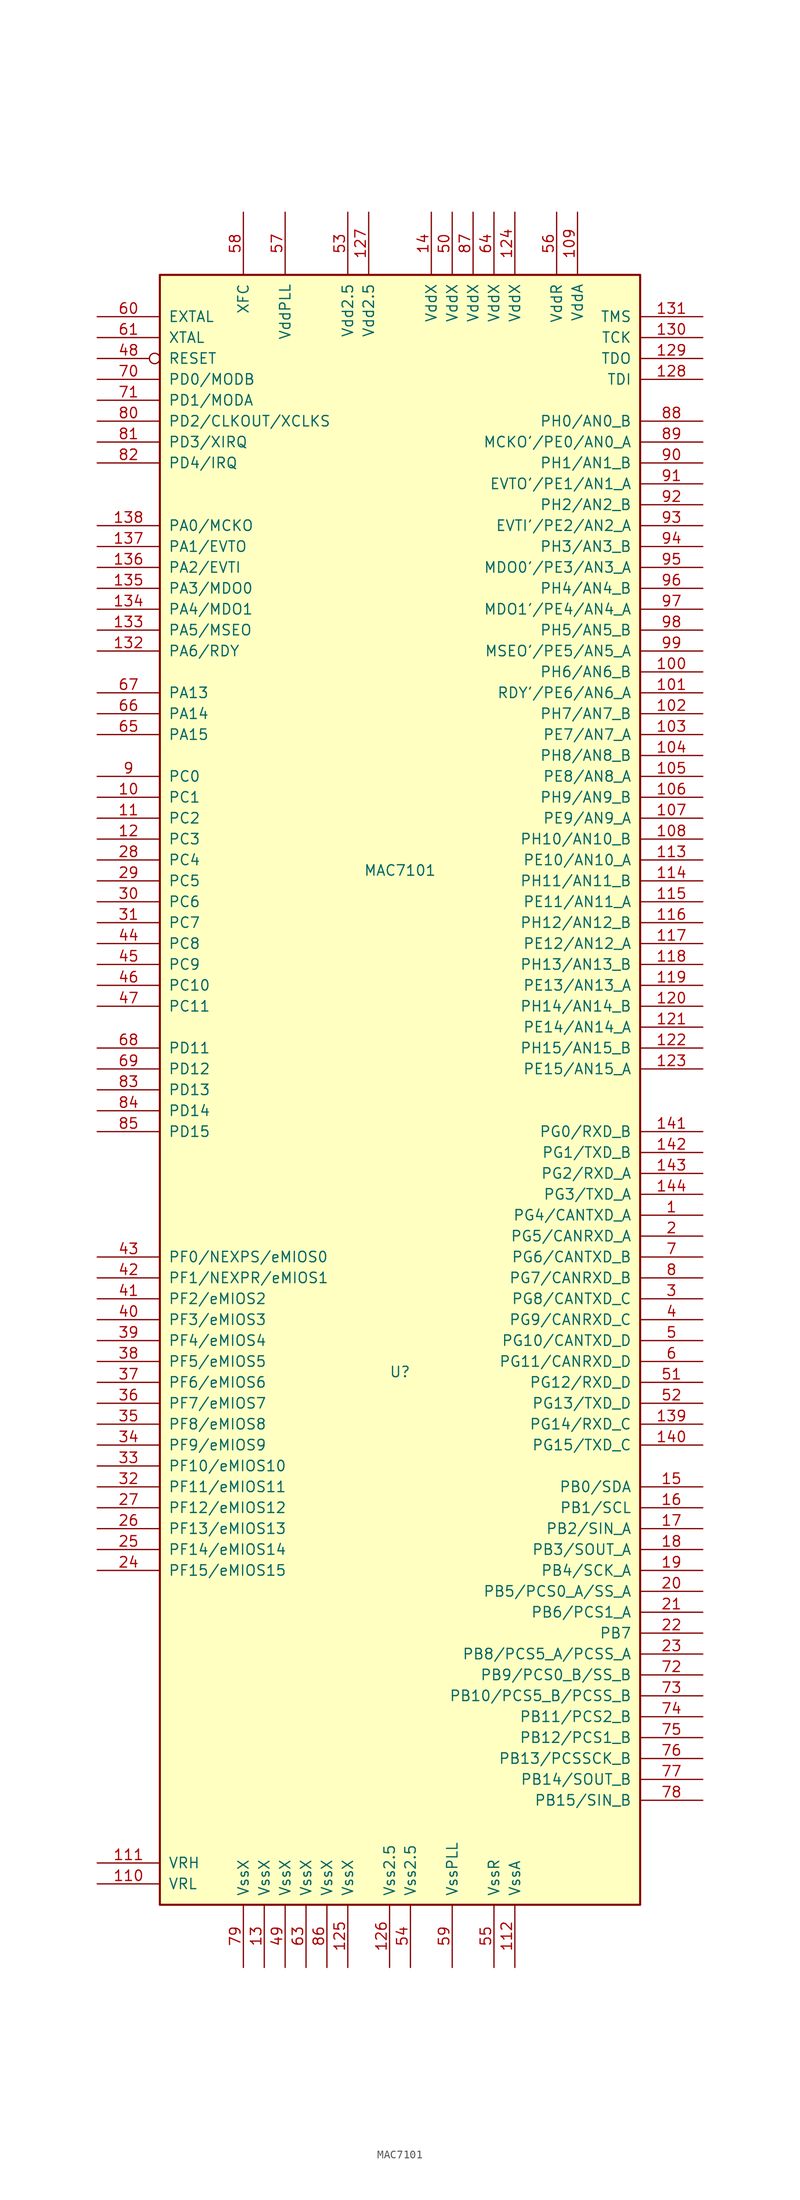
<source format=kicad_sym>
(kicad_symbol_lib
  (version 20241209)
  (generator "kicad_symbol_editor")
  (generator_version "9.0")
  (symbol "MAC7101"
    (pin_names
      (offset 1.016))
    (property "Reference" "U"
      (at 1.27 -44.45 0)
      (effects (font (size 1.27 1.27))))
    (property "Value" "MAC7101"
      (at 1.27 16.51 0)
      (effects (font (size 1.27 1.27))))
    (symbol "MAC7101_0_1"
      (rectangle (start 30.48 -109.22) (end -27.94 88.9) (stroke (width 0.254) (type default)) (fill (type background))))
    (symbol "MAC7101_1_1"
      (pin input line (at -35.56 83.82 0) (length 7.62) (name "EXTAL" (effects (font (size 1.27 1.27)))) (number "60" (effects (font (size 1.27 1.27)))))
      (pin output line (at -35.56 81.28 0) (length 7.62) (name "XTAL" (effects (font (size 1.27 1.27)))) (number "61" (effects (font (size 1.27 1.27)))))
      (pin bidirectional inverted (at -35.56 78.74 0) (length 7.62) (name "RESET" (effects (font (size 1.27 1.27)))) (number "48" (effects (font (size 1.27 1.27)))))
      (pin bidirectional line (at -35.56 76.2 0) (length 7.62) (name "PD0/MODB" (effects (font (size 1.27 1.27)))) (number "70" (effects (font (size 1.27 1.27)))))
      (pin bidirectional line (at -35.56 73.66 0) (length 7.62) (name "PD1/MODA" (effects (font (size 1.27 1.27)))) (number "71" (effects (font (size 1.27 1.27)))))
      (pin bidirectional line (at -35.56 71.12 0) (length 7.62) (name "PD2/CLKOUT/XCLKS" (effects (font (size 1.27 1.27)))) (number "80" (effects (font (size 1.27 1.27)))))
      (pin bidirectional line (at -35.56 68.58 0) (length 7.62) (name "PD3/XIRQ" (effects (font (size 1.27 1.27)))) (number "81" (effects (font (size 1.27 1.27)))))
      (pin bidirectional line (at -35.56 66.04 0) (length 7.62) (name "PD4/IRQ" (effects (font (size 1.27 1.27)))) (number "82" (effects (font (size 1.27 1.27)))))
      (pin bidirectional line (at -35.56 58.42 0) (length 7.62) (name "PA0/MCKO" (effects (font (size 1.27 1.27)))) (number "138" (effects (font (size 1.27 1.27)))))
      (pin bidirectional line (at -35.56 55.88 0) (length 7.62) (name "PA1/EVTO" (effects (font (size 1.27 1.27)))) (number "137" (effects (font (size 1.27 1.27)))))
      (pin bidirectional line (at -35.56 53.34 0) (length 7.62) (name "PA2/EVTI" (effects (font (size 1.27 1.27)))) (number "136" (effects (font (size 1.27 1.27)))))
      (pin bidirectional line (at -35.56 50.8 0) (length 7.62) (name "PA3/MDO0" (effects (font (size 1.27 1.27)))) (number "135" (effects (font (size 1.27 1.27)))))
      (pin bidirectional line (at -35.56 48.26 0) (length 7.62) (name "PA4/MDO1" (effects (font (size 1.27 1.27)))) (number "134" (effects (font (size 1.27 1.27)))))
      (pin bidirectional line (at -35.56 45.72 0) (length 7.62) (name "PA5/MSEO" (effects (font (size 1.27 1.27)))) (number "133" (effects (font (size 1.27 1.27)))))
      (pin bidirectional line (at -35.56 43.18 0) (length 7.62) (name "PA6/RDY" (effects (font (size 1.27 1.27)))) (number "132" (effects (font (size 1.27 1.27)))))
      (pin bidirectional line (at -35.56 38.1 0) (length 7.62) (name "PA13" (effects (font (size 1.27 1.27)))) (number "67" (effects (font (size 1.27 1.27)))))
      (pin bidirectional line (at -35.56 35.56 0) (length 7.62) (name "PA14" (effects (font (size 1.27 1.27)))) (number "66" (effects (font (size 1.27 1.27)))))
      (pin bidirectional line (at -35.56 33.02 0) (length 7.62) (name "PA15" (effects (font (size 1.27 1.27)))) (number "65" (effects (font (size 1.27 1.27)))))
      (pin bidirectional line (at -35.56 27.94 0) (length 7.62) (name "PC0" (effects (font (size 1.27 1.27)))) (number "9" (effects (font (size 1.27 1.27)))))
      (pin bidirectional line (at -35.56 25.4 0) (length 7.62) (name "PC1" (effects (font (size 1.27 1.27)))) (number "10" (effects (font (size 1.27 1.27)))))
      (pin bidirectional line (at -35.56 22.86 0) (length 7.62) (name "PC2" (effects (font (size 1.27 1.27)))) (number "11" (effects (font (size 1.27 1.27)))))
      (pin bidirectional line (at -35.56 20.32 0) (length 7.62) (name "PC3" (effects (font (size 1.27 1.27)))) (number "12" (effects (font (size 1.27 1.27)))))
      (pin bidirectional line (at -35.56 17.78 0) (length 7.62) (name "PC4" (effects (font (size 1.27 1.27)))) (number "28" (effects (font (size 1.27 1.27)))))
      (pin bidirectional line (at -35.56 15.24 0) (length 7.62) (name "PC5" (effects (font (size 1.27 1.27)))) (number "29" (effects (font (size 1.27 1.27)))))
      (pin bidirectional line (at -35.56 12.7 0) (length 7.62) (name "PC6" (effects (font (size 1.27 1.27)))) (number "30" (effects (font (size 1.27 1.27)))))
      (pin bidirectional line (at -35.56 10.16 0) (length 7.62) (name "PC7" (effects (font (size 1.27 1.27)))) (number "31" (effects (font (size 1.27 1.27)))))
      (pin bidirectional line (at -35.56 7.62 0) (length 7.62) (name "PC8" (effects (font (size 1.27 1.27)))) (number "44" (effects (font (size 1.27 1.27)))))
      (pin bidirectional line (at -35.56 5.08 0) (length 7.62) (name "PC9" (effects (font (size 1.27 1.27)))) (number "45" (effects (font (size 1.27 1.27)))))
      (pin bidirectional line (at -35.56 2.54 0) (length 7.62) (name "PC10" (effects (font (size 1.27 1.27)))) (number "46" (effects (font (size 1.27 1.27)))))
      (pin bidirectional line (at -35.56 0 0) (length 7.62) (name "PC11" (effects (font (size 1.27 1.27)))) (number "47" (effects (font (size 1.27 1.27)))))
      (pin bidirectional line (at -35.56 -5.08 0) (length 7.62) (name "PD11" (effects (font (size 1.27 1.27)))) (number "68" (effects (font (size 1.27 1.27)))))
      (pin bidirectional line (at -35.56 -7.62 0) (length 7.62) (name "PD12" (effects (font (size 1.27 1.27)))) (number "69" (effects (font (size 1.27 1.27)))))
      (pin bidirectional line (at -35.56 -10.16 0) (length 7.62) (name "PD13" (effects (font (size 1.27 1.27)))) (number "83" (effects (font (size 1.27 1.27)))))
      (pin bidirectional line (at -35.56 -12.7 0) (length 7.62) (name "PD14" (effects (font (size 1.27 1.27)))) (number "84" (effects (font (size 1.27 1.27)))))
      (pin bidirectional line (at -35.56 -15.24 0) (length 7.62) (name "PD15" (effects (font (size 1.27 1.27)))) (number "85" (effects (font (size 1.27 1.27)))))
      (pin bidirectional line (at -35.56 -30.48 0) (length 7.62) (name "PF0/NEXPS/eMIOS0" (effects (font (size 1.27 1.27)))) (number "43" (effects (font (size 1.27 1.27)))))
      (pin bidirectional line (at -35.56 -33.02 0) (length 7.62) (name "PF1/NEXPR/eMIOS1" (effects (font (size 1.27 1.27)))) (number "42" (effects (font (size 1.27 1.27)))))
      (pin bidirectional line (at -35.56 -35.56 0) (length 7.62) (name "PF2/eMIOS2" (effects (font (size 1.27 1.27)))) (number "41" (effects (font (size 1.27 1.27)))))
      (pin bidirectional line (at -35.56 -38.1 0) (length 7.62) (name "PF3/eMIOS3" (effects (font (size 1.27 1.27)))) (number "40" (effects (font (size 1.27 1.27)))))
      (pin bidirectional line (at -35.56 -40.64 0) (length 7.62) (name "PF4/eMIOS4" (effects (font (size 1.27 1.27)))) (number "39" (effects (font (size 1.27 1.27)))))
      (pin bidirectional line (at -35.56 -43.18 0) (length 7.62) (name "PF5/eMIOS5" (effects (font (size 1.27 1.27)))) (number "38" (effects (font (size 1.27 1.27)))))
      (pin bidirectional line (at -35.56 -45.72 0) (length 7.62) (name "PF6/eMIOS6" (effects (font (size 1.27 1.27)))) (number "37" (effects (font (size 1.27 1.27)))))
      (pin bidirectional line (at -35.56 -48.26 0) (length 7.62) (name "PF7/eMIOS7" (effects (font (size 1.27 1.27)))) (number "36" (effects (font (size 1.27 1.27)))))
      (pin bidirectional line (at -35.56 -50.8 0) (length 7.62) (name "PF8/eMIOS8" (effects (font (size 1.27 1.27)))) (number "35" (effects (font (size 1.27 1.27)))))
      (pin bidirectional line (at -35.56 -53.34 0) (length 7.62) (name "PF9/eMIOS9" (effects (font (size 1.27 1.27)))) (number "34" (effects (font (size 1.27 1.27)))))
      (pin bidirectional line (at -35.56 -55.88 0) (length 7.62) (name "PF10/eMIOS10" (effects (font (size 1.27 1.27)))) (number "33" (effects (font (size 1.27 1.27)))))
      (pin bidirectional line (at -35.56 -58.42 0) (length 7.62) (name "PF11/eMIOS11" (effects (font (size 1.27 1.27)))) (number "32" (effects (font (size 1.27 1.27)))))
      (pin bidirectional line (at -35.56 -60.96 0) (length 7.62) (name "PF12/eMIOS12" (effects (font (size 1.27 1.27)))) (number "27" (effects (font (size 1.27 1.27)))))
      (pin bidirectional line (at -35.56 -63.5 0) (length 7.62) (name "PF13/eMIOS13" (effects (font (size 1.27 1.27)))) (number "26" (effects (font (size 1.27 1.27)))))
      (pin bidirectional line (at -35.56 -66.04 0) (length 7.62) (name "PF14/eMIOS14" (effects (font (size 1.27 1.27)))) (number "25" (effects (font (size 1.27 1.27)))))
      (pin bidirectional line (at -35.56 -68.58 0) (length 7.62) (name "PF15/eMIOS15" (effects (font (size 1.27 1.27)))) (number "24" (effects (font (size 1.27 1.27)))))
      (pin passive line (at -35.56 -104.14 0) (length 7.62) (name "VRH" (effects (font (size 1.27 1.27)))) (number "111" (effects (font (size 1.27 1.27)))))
      (pin passive line (at -35.56 -106.68 0) (length 7.62) (name "VRL" (effects (font (size 1.27 1.27)))) (number "110" (effects (font (size 1.27 1.27)))))
      (pin bidirectional line (at -17.78 96.52 270) (length 7.62) (name "XFC" (effects (font (size 1.27 1.27)))) (number "58" (effects (font (size 1.27 1.27)))))
      (pin power_in line (at -17.78 -116.84 90) (length 7.62) (name "VssX" (effects (font (size 1.27 1.27)))) (number "79" (effects (font (size 1.27 1.27)))))
      (pin power_in line (at -15.24 -116.84 90) (length 7.62) (name "VssX" (effects (font (size 1.27 1.27)))) (number "13" (effects (font (size 1.27 1.27)))))
      (pin passive line (at -12.7 96.52 270) (length 7.62) (name "VddPLL" (effects (font (size 1.27 1.27)))) (number "57" (effects (font (size 1.27 1.27)))))
      (pin power_in line (at -12.7 -116.84 90) (length 7.62) (name "VssX" (effects (font (size 1.27 1.27)))) (number "49" (effects (font (size 1.27 1.27)))))
      (pin power_in line (at -10.16 -116.84 90) (length 7.62) (name "VssX" (effects (font (size 1.27 1.27)))) (number "63" (effects (font (size 1.27 1.27)))))
      (pin power_in line (at -7.62 -116.84 90) (length 7.62) (name "VssX" (effects (font (size 1.27 1.27)))) (number "86" (effects (font (size 1.27 1.27)))))
      (pin passive line (at -5.08 96.52 270) (length 7.62) (name "Vdd2.5" (effects (font (size 1.27 1.27)))) (number "53" (effects (font (size 1.27 1.27)))))
      (pin power_in line (at -5.08 -116.84 90) (length 7.62) (name "VssX" (effects (font (size 1.27 1.27)))) (number "125" (effects (font (size 1.27 1.27)))))
      (pin power_in line (at -2.54 96.52 270) (length 7.62) (name "Vdd2.5" (effects (font (size 1.27 1.27)))) (number "127" (effects (font (size 1.27 1.27)))))
      (pin power_in line (at 0 -116.84 90) (length 7.62) (name "Vss2.5" (effects (font (size 1.27 1.27)))) (number "126" (effects (font (size 1.27 1.27)))))
      (pin passive line (at 2.54 -116.84 90) (length 7.62) (name "Vss2.5" (effects (font (size 1.27 1.27)))) (number "54" (effects (font (size 1.27 1.27)))))
      (pin power_in line (at 5.08 96.52 270) (length 7.62) (name "VddX" (effects (font (size 1.27 1.27)))) (number "14" (effects (font (size 1.27 1.27)))))
      (pin power_in line (at 7.62 96.52 270) (length 7.62) (name "VddX" (effects (font (size 1.27 1.27)))) (number "50" (effects (font (size 1.27 1.27)))))
      (pin passive line (at 7.62 -116.84 90) (length 7.62) (name "VssPLL" (effects (font (size 1.27 1.27)))) (number "59" (effects (font (size 1.27 1.27)))))
      (pin power_in line (at 10.16 96.52 270) (length 7.62) (name "VddX" (effects (font (size 1.27 1.27)))) (number "87" (effects (font (size 1.27 1.27)))))
      (pin power_in line (at 12.7 96.52 270) (length 7.62) (name "VddX" (effects (font (size 1.27 1.27)))) (number "64" (effects (font (size 1.27 1.27)))))
      (pin power_in line (at 12.7 -116.84 90) (length 7.62) (name "VssR" (effects (font (size 1.27 1.27)))) (number "55" (effects (font (size 1.27 1.27)))))
      (pin power_in line (at 15.24 96.52 270) (length 7.62) (name "VddX" (effects (font (size 1.27 1.27)))) (number "124" (effects (font (size 1.27 1.27)))))
      (pin power_in line (at 15.24 -116.84 90) (length 7.62) (name "VssA" (effects (font (size 1.27 1.27)))) (number "112" (effects (font (size 1.27 1.27)))))
      (pin power_in line (at 20.32 96.52 270) (length 7.62) (name "VddR" (effects (font (size 1.27 1.27)))) (number "56" (effects (font (size 1.27 1.27)))))
      (pin power_in line (at 22.86 96.52 270) (length 7.62) (name "VddA" (effects (font (size 1.27 1.27)))) (number "109" (effects (font (size 1.27 1.27)))))
      (pin input line (at 38.1 83.82 180) (length 7.62) (name "TMS" (effects (font (size 1.27 1.27)))) (number "131" (effects (font (size 1.27 1.27)))))
      (pin input line (at 38.1 81.28 180) (length 7.62) (name "TCK" (effects (font (size 1.27 1.27)))) (number "130" (effects (font (size 1.27 1.27)))))
      (pin output line (at 38.1 78.74 180) (length 7.62) (name "TDO" (effects (font (size 1.27 1.27)))) (number "129" (effects (font (size 1.27 1.27)))))
      (pin input line (at 38.1 76.2 180) (length 7.62) (name "TDI" (effects (font (size 1.27 1.27)))) (number "128" (effects (font (size 1.27 1.27)))))
      (pin bidirectional line (at 38.1 71.12 180) (length 7.62) (name "PH0/AN0_B" (effects (font (size 1.27 1.27)))) (number "88" (effects (font (size 1.27 1.27)))))
      (pin bidirectional line (at 38.1 68.58 180) (length 7.62) (name "MCKO'/PE0/AN0_A" (effects (font (size 1.27 1.27)))) (number "89" (effects (font (size 1.27 1.27)))))
      (pin bidirectional line (at 38.1 66.04 180) (length 7.62) (name "PH1/AN1_B" (effects (font (size 1.27 1.27)))) (number "90" (effects (font (size 1.27 1.27)))))
      (pin bidirectional line (at 38.1 63.5 180) (length 7.62) (name "EVTO'/PE1/AN1_A" (effects (font (size 1.27 1.27)))) (number "91" (effects (font (size 1.27 1.27)))))
      (pin bidirectional line (at 38.1 60.96 180) (length 7.62) (name "PH2/AN2_B" (effects (font (size 1.27 1.27)))) (number "92" (effects (font (size 1.27 1.27)))))
      (pin bidirectional line (at 38.1 58.42 180) (length 7.62) (name "EVTI'/PE2/AN2_A" (effects (font (size 1.27 1.27)))) (number "93" (effects (font (size 1.27 1.27)))))
      (pin bidirectional line (at 38.1 55.88 180) (length 7.62) (name "PH3/AN3_B" (effects (font (size 1.27 1.27)))) (number "94" (effects (font (size 1.27 1.27)))))
      (pin bidirectional line (at 38.1 53.34 180) (length 7.62) (name "MDO0'/PE3/AN3_A" (effects (font (size 1.27 1.27)))) (number "95" (effects (font (size 1.27 1.27)))))
      (pin bidirectional line (at 38.1 50.8 180) (length 7.62) (name "PH4/AN4_B" (effects (font (size 1.27 1.27)))) (number "96" (effects (font (size 1.27 1.27)))))
      (pin bidirectional line (at 38.1 48.26 180) (length 7.62) (name "MDO1'/PE4/AN4_A" (effects (font (size 1.27 1.27)))) (number "97" (effects (font (size 1.27 1.27)))))
      (pin bidirectional line (at 38.1 45.72 180) (length 7.62) (name "PH5/AN5_B" (effects (font (size 1.27 1.27)))) (number "98" (effects (font (size 1.27 1.27)))))
      (pin bidirectional line (at 38.1 43.18 180) (length 7.62) (name "MSEO'/PE5/AN5_A" (effects (font (size 1.27 1.27)))) (number "99" (effects (font (size 1.27 1.27)))))
      (pin bidirectional line (at 38.1 40.64 180) (length 7.62) (name "PH6/AN6_B" (effects (font (size 1.27 1.27)))) (number "100" (effects (font (size 1.27 1.27)))))
      (pin bidirectional line (at 38.1 38.1 180) (length 7.62) (name "RDY'/PE6/AN6_A" (effects (font (size 1.27 1.27)))) (number "101" (effects (font (size 1.27 1.27)))))
      (pin bidirectional line (at 38.1 35.56 180) (length 7.62) (name "PH7/AN7_B" (effects (font (size 1.27 1.27)))) (number "102" (effects (font (size 1.27 1.27)))))
      (pin bidirectional line (at 38.1 33.02 180) (length 7.62) (name "PE7/AN7_A" (effects (font (size 1.27 1.27)))) (number "103" (effects (font (size 1.27 1.27)))))
      (pin bidirectional line (at 38.1 30.48 180) (length 7.62) (name "PH8/AN8_B" (effects (font (size 1.27 1.27)))) (number "104" (effects (font (size 1.27 1.27)))))
      (pin bidirectional line (at 38.1 27.94 180) (length 7.62) (name "PE8/AN8_A" (effects (font (size 1.27 1.27)))) (number "105" (effects (font (size 1.27 1.27)))))
      (pin bidirectional line (at 38.1 25.4 180) (length 7.62) (name "PH9/AN9_B" (effects (font (size 1.27 1.27)))) (number "106" (effects (font (size 1.27 1.27)))))
      (pin bidirectional line (at 38.1 22.86 180) (length 7.62) (name "PE9/AN9_A" (effects (font (size 1.27 1.27)))) (number "107" (effects (font (size 1.27 1.27)))))
      (pin bidirectional line (at 38.1 20.32 180) (length 7.62) (name "PH10/AN10_B" (effects (font (size 1.27 1.27)))) (number "108" (effects (font (size 1.27 1.27)))))
      (pin bidirectional line (at 38.1 17.78 180) (length 7.62) (name "PE10/AN10_A" (effects (font (size 1.27 1.27)))) (number "113" (effects (font (size 1.27 1.27)))))
      (pin bidirectional line (at 38.1 15.24 180) (length 7.62) (name "PH11/AN11_B" (effects (font (size 1.27 1.27)))) (number "114" (effects (font (size 1.27 1.27)))))
      (pin bidirectional line (at 38.1 12.7 180) (length 7.62) (name "PE11/AN11_A" (effects (font (size 1.27 1.27)))) (number "115" (effects (font (size 1.27 1.27)))))
      (pin bidirectional line (at 38.1 10.16 180) (length 7.62) (name "PH12/AN12_B" (effects (font (size 1.27 1.27)))) (number "116" (effects (font (size 1.27 1.27)))))
      (pin bidirectional line (at 38.1 7.62 180) (length 7.62) (name "PE12/AN12_A" (effects (font (size 1.27 1.27)))) (number "117" (effects (font (size 1.27 1.27)))))
      (pin bidirectional line (at 38.1 5.08 180) (length 7.62) (name "PH13/AN13_B" (effects (font (size 1.27 1.27)))) (number "118" (effects (font (size 1.27 1.27)))))
      (pin bidirectional line (at 38.1 2.54 180) (length 7.62) (name "PE13/AN13_A" (effects (font (size 1.27 1.27)))) (number "119" (effects (font (size 1.27 1.27)))))
      (pin bidirectional line (at 38.1 0 180) (length 7.62) (name "PH14/AN14_B" (effects (font (size 1.27 1.27)))) (number "120" (effects (font (size 1.27 1.27)))))
      (pin bidirectional line (at 38.1 -2.54 180) (length 7.62) (name "PE14/AN14_A" (effects (font (size 1.27 1.27)))) (number "121" (effects (font (size 1.27 1.27)))))
      (pin bidirectional line (at 38.1 -5.08 180) (length 7.62) (name "PH15/AN15_B" (effects (font (size 1.27 1.27)))) (number "122" (effects (font (size 1.27 1.27)))))
      (pin bidirectional line (at 38.1 -7.62 180) (length 7.62) (name "PE15/AN15_A" (effects (font (size 1.27 1.27)))) (number "123" (effects (font (size 1.27 1.27)))))
      (pin bidirectional line (at 38.1 -15.24 180) (length 7.62) (name "PG0/RXD_B" (effects (font (size 1.27 1.27)))) (number "141" (effects (font (size 1.27 1.27)))))
      (pin bidirectional line (at 38.1 -17.78 180) (length 7.62) (name "PG1/TXD_B" (effects (font (size 1.27 1.27)))) (number "142" (effects (font (size 1.27 1.27)))))
      (pin bidirectional line (at 38.1 -20.32 180) (length 7.62) (name "PG2/RXD_A" (effects (font (size 1.27 1.27)))) (number "143" (effects (font (size 1.27 1.27)))))
      (pin bidirectional line (at 38.1 -22.86 180) (length 7.62) (name "PG3/TXD_A" (effects (font (size 1.27 1.27)))) (number "144" (effects (font (size 1.27 1.27)))))
      (pin bidirectional line (at 38.1 -25.4 180) (length 7.62) (name "PG4/CANTXD_A" (effects (font (size 1.27 1.27)))) (number "1" (effects (font (size 1.27 1.27)))))
      (pin bidirectional line (at 38.1 -27.94 180) (length 7.62) (name "PG5/CANRXD_A" (effects (font (size 1.27 1.27)))) (number "2" (effects (font (size 1.27 1.27)))))
      (pin bidirectional line (at 38.1 -30.48 180) (length 7.62) (name "PG6/CANTXD_B" (effects (font (size 1.27 1.27)))) (number "7" (effects (font (size 1.27 1.27)))))
      (pin bidirectional line (at 38.1 -33.02 180) (length 7.62) (name "PG7/CANRXD_B" (effects (font (size 1.27 1.27)))) (number "8" (effects (font (size 1.27 1.27)))))
      (pin bidirectional line (at 38.1 -35.56 180) (length 7.62) (name "PG8/CANTXD_C" (effects (font (size 1.27 1.27)))) (number "3" (effects (font (size 1.27 1.27)))))
      (pin bidirectional line (at 38.1 -38.1 180) (length 7.62) (name "PG9/CANRXD_C" (effects (font (size 1.27 1.27)))) (number "4" (effects (font (size 1.27 1.27)))))
      (pin bidirectional line (at 38.1 -40.64 180) (length 7.62) (name "PG10/CANTXD_D" (effects (font (size 1.27 1.27)))) (number "5" (effects (font (size 1.27 1.27)))))
      (pin bidirectional line (at 38.1 -43.18 180) (length 7.62) (name "PG11/CANRXD_D" (effects (font (size 1.27 1.27)))) (number "6" (effects (font (size 1.27 1.27)))))
      (pin bidirectional line (at 38.1 -45.72 180) (length 7.62) (name "PG12/RXD_D" (effects (font (size 1.27 1.27)))) (number "51" (effects (font (size 1.27 1.27)))))
      (pin bidirectional line (at 38.1 -48.26 180) (length 7.62) (name "PG13/TXD_D" (effects (font (size 1.27 1.27)))) (number "52" (effects (font (size 1.27 1.27)))))
      (pin bidirectional line (at 38.1 -50.8 180) (length 7.62) (name "PG14/RXD_C" (effects (font (size 1.27 1.27)))) (number "139" (effects (font (size 1.27 1.27)))))
      (pin bidirectional line (at 38.1 -53.34 180) (length 7.62) (name "PG15/TXD_C" (effects (font (size 1.27 1.27)))) (number "140" (effects (font (size 1.27 1.27)))))
      (pin bidirectional line (at 38.1 -58.42 180) (length 7.62) (name "PB0/SDA" (effects (font (size 1.27 1.27)))) (number "15" (effects (font (size 1.27 1.27)))))
      (pin bidirectional line (at 38.1 -60.96 180) (length 7.62) (name "PB1/SCL" (effects (font (size 1.27 1.27)))) (number "16" (effects (font (size 1.27 1.27)))))
      (pin bidirectional line (at 38.1 -63.5 180) (length 7.62) (name "PB2/SIN_A" (effects (font (size 1.27 1.27)))) (number "17" (effects (font (size 1.27 1.27)))))
      (pin bidirectional line (at 38.1 -66.04 180) (length 7.62) (name "PB3/SOUT_A" (effects (font (size 1.27 1.27)))) (number "18" (effects (font (size 1.27 1.27)))))
      (pin bidirectional line (at 38.1 -68.58 180) (length 7.62) (name "PB4/SCK_A" (effects (font (size 1.27 1.27)))) (number "19" (effects (font (size 1.27 1.27)))))
      (pin bidirectional line (at 38.1 -71.12 180) (length 7.62) (name "PB5/PCS0_A/SS_A" (effects (font (size 1.27 1.27)))) (number "20" (effects (font (size 1.27 1.27)))))
      (pin bidirectional line (at 38.1 -73.66 180) (length 7.62) (name "PB6/PCS1_A" (effects (font (size 1.27 1.27)))) (number "21" (effects (font (size 1.27 1.27)))))
      (pin bidirectional line (at 38.1 -76.2 180) (length 7.62) (name "PB7" (effects (font (size 1.27 1.27)))) (number "22" (effects (font (size 1.27 1.27)))))
      (pin bidirectional line (at 38.1 -78.74 180) (length 7.62) (name "PB8/PCS5_A/PCSS_A" (effects (font (size 1.27 1.27)))) (number "23" (effects (font (size 1.27 1.27)))))
      (pin bidirectional line (at 38.1 -81.28 180) (length 7.62) (name "PB9/PCS0_B/SS_B" (effects (font (size 1.27 1.27)))) (number "72" (effects (font (size 1.27 1.27)))))
      (pin bidirectional line (at 38.1 -83.82 180) (length 7.62) (name "PB10/PCS5_B/PCSS_B" (effects (font (size 1.27 1.27)))) (number "73" (effects (font (size 1.27 1.27)))))
      (pin bidirectional line (at 38.1 -86.36 180) (length 7.62) (name "PB11/PCS2_B" (effects (font (size 1.27 1.27)))) (number "74" (effects (font (size 1.27 1.27)))))
      (pin bidirectional line (at 38.1 -88.9 180) (length 7.62) (name "PB12/PCS1_B" (effects (font (size 1.27 1.27)))) (number "75" (effects (font (size 1.27 1.27)))))
      (pin bidirectional line (at 38.1 -91.44 180) (length 7.62) (name "PB13/PCSSCK_B" (effects (font (size 1.27 1.27)))) (number "76" (effects (font (size 1.27 1.27)))))
      (pin bidirectional line (at 38.1 -93.98 180) (length 7.62) (name "PB14/SOUT_B" (effects (font (size 1.27 1.27)))) (number "77" (effects (font (size 1.27 1.27)))))
      (pin bidirectional line (at 38.1 -96.52 180) (length 7.62) (name "PB15/SIN_B" (effects (font (size 1.27 1.27)))) (number "78" (effects (font (size 1.27 1.27))))))))
</source>
